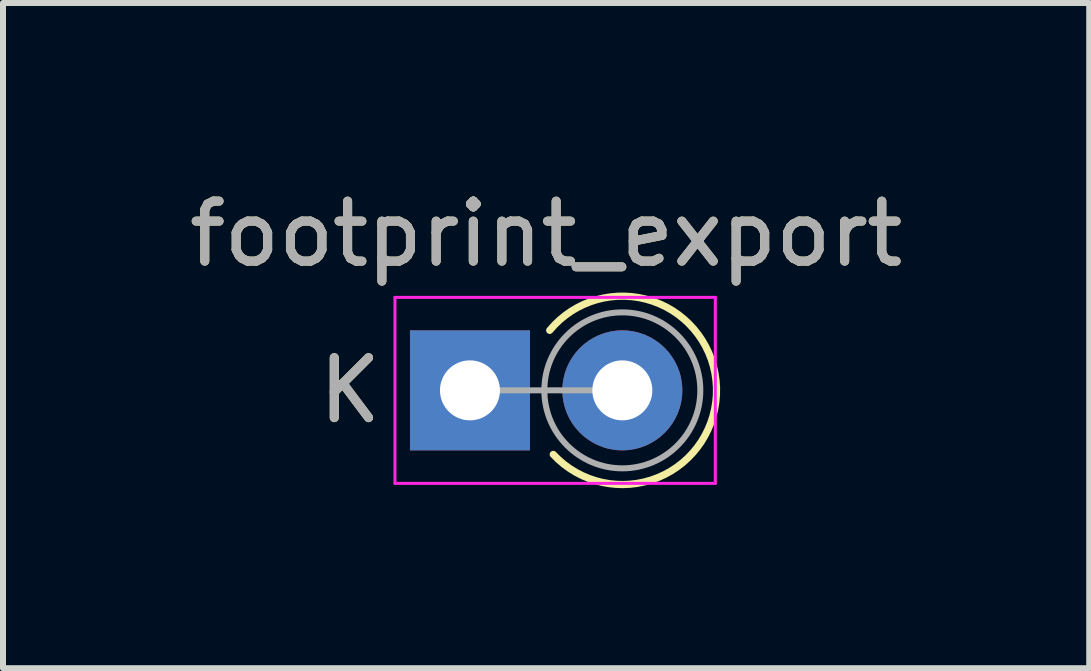
<source format=kicad_pcb>
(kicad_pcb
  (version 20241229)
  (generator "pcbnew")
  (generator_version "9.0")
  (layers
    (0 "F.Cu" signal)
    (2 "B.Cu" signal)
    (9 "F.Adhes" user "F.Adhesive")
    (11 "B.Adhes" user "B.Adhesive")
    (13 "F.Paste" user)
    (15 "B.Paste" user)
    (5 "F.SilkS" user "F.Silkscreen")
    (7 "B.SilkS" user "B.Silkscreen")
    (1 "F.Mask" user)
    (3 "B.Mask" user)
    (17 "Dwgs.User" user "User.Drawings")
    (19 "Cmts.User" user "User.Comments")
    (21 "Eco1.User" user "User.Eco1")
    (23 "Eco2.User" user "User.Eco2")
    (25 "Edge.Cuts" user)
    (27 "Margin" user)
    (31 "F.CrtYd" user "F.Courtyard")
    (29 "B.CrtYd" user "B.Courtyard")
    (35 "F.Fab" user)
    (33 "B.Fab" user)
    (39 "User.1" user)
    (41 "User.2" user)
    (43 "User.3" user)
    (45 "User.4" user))
  (footprint "footprint_export"
    (layer "F.Cu")
    (at 4.784 3.457)
    (property "Reference" "footprint_export" (at 1.27 -2.609 0) (layer "F.SilkS") (effects (font (size 1 1) (thickness 0.15))))
    (attr through_hole)
    (fp_arc (start 1.329228 -1) (mid 4.10969 -0.045178) (end 1.388747 1.067982) (stroke (width 0.12) (type solid)) (layer "F.SilkS"))
    (fp_line (start -1.25 -1.55) (end -1.25 1.55) (stroke (width 0.05) (type solid)) (layer "F.CrtYd"))
    (fp_line (start -1.25 1.55) (end 4.09 1.55) (stroke (width 0.05) (type solid)) (layer "F.CrtYd"))
    (fp_line (start 4.09 -1.55) (end -1.25 -1.55) (stroke (width 0.05) (type solid)) (layer "F.CrtYd"))
    (fp_line (start 4.09 1.55) (end 4.09 -1.55) (stroke (width 0.05) (type solid)) (layer "F.CrtYd"))
    (fp_line (start 0 0) (end 2.54 0) (stroke (width 0.1) (type solid)) (layer "F.Fab"))
    (fp_circle (center 2.54 0) (end 3.84 0) (stroke (width 0.1) (type solid)) (fill no) (layer "F.Fab"))
    (fp_text user "K" (at -2 0 0) (layer "F.SilkS") (effects (font (size 1 1) (thickness 0.15))))
    (fp_text user "${REFERENCE}" (at 1.27 -2.609 0) (layer "F.Fab") (effects (font (size 1 1) (thickness 0.15))))
    (fp_text user "K" (at -2 0 0) (layer "F.Fab") (effects (font (size 1 1) (thickness 0.15))))
    (pad "1" thru_hole rect (at 0 0) (size 2 2) (drill 1) (layers "*.Cu" "*.Mask"))
    (pad "2" thru_hole oval (at 2.54 0) (size 2 2) (drill 1) (layers "*.Cu" "*.Mask")))
  (gr_rect
    (start -3 -3)
    (end 15.107 8.088)
    (stroke (width 0.1) (type default))
    (fill no)
    (layer "Edge.Cuts")))
</source>
